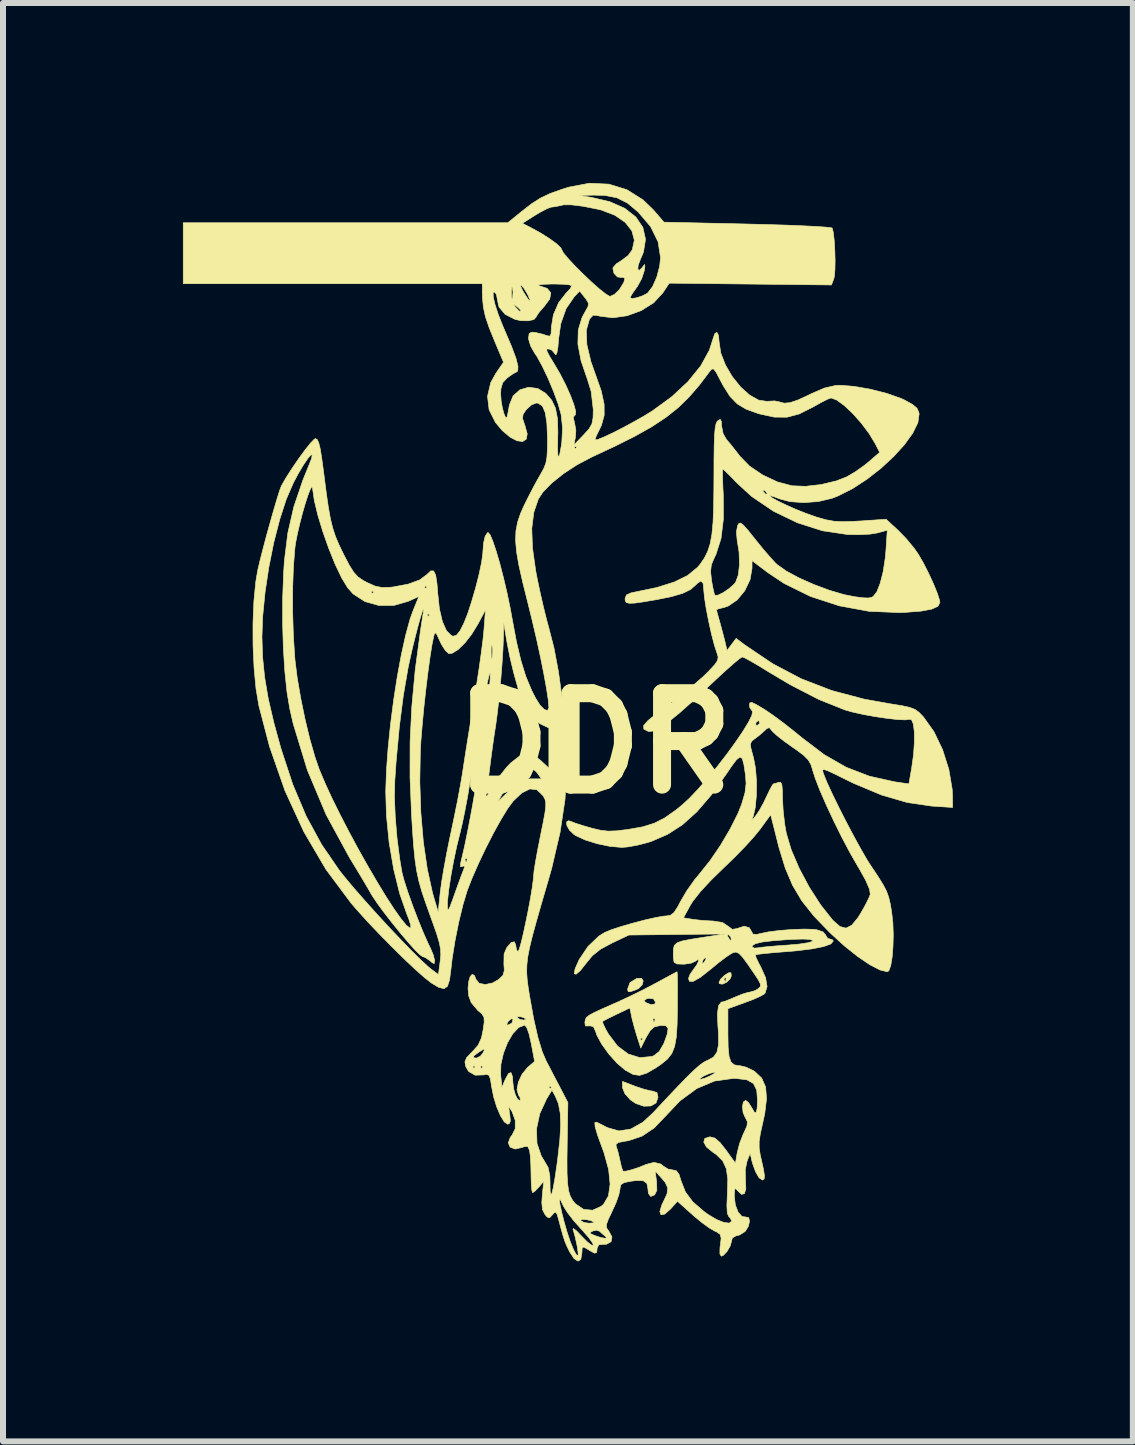
<source format=kicad_pcb>
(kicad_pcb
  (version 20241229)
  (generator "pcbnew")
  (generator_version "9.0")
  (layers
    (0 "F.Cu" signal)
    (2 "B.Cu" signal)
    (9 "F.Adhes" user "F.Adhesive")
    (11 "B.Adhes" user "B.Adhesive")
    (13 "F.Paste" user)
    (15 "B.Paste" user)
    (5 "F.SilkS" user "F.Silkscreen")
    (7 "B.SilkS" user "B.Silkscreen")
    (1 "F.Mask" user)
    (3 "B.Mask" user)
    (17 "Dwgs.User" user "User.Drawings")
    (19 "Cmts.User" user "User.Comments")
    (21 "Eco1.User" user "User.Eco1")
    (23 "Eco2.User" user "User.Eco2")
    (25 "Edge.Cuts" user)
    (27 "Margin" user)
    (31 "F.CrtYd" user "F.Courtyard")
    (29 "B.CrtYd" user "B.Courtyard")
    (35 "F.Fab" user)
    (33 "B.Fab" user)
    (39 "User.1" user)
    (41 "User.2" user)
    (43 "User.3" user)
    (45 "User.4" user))
  (footprint "DDR"
    (layer "F.Cu")
    (at 6.863 9.342)
    (property "Reference" "DDR" (at 0 0 0) (layer "F.SilkS") (effects (font (size 1.524 1.524) (thickness 0.3))))
    (attr through_hole)
    (fp_poly (pts (xy 0.811 3.963) (xy 0.793 4.029) (xy 0.732 4.09) (xy 0.696 4.107) (xy 0.6 4.141) (xy 0.56 4.141) (xy 0.551 4.105) (xy 0.551 4.096) (xy 0.591 3.989) (xy 0.704 3.92) (xy 0.709 3.919) (xy 0.783 3.919) (xy 0.811 3.963)) (stroke (width 0.01) (type solid)) (fill yes) (layer "F.SilkS"))
    (fp_poly (pts (xy 0.678 5.719) (xy 0.815 5.765) (xy 0.931 5.794) (xy 0.974 5.8) (xy 1.041 5.826) (xy 1.058 5.901) (xy 1.025 5.997) (xy 0.939 6.047) (xy 0.819 6.051) (xy 0.686 6.005) (xy 0.596 5.944) (xy 0.505 5.842) (xy 0.466 5.743) (xy 0.466 5.736) (xy 0.466 5.638) (xy 0.678 5.719)) (stroke (width 0.01) (type solid)) (fill yes) (layer "F.SilkS"))
    (fp_poly (pts (xy 2.279 3.882) (xy 2.259 3.928) (xy 2.2 3.986) (xy 2.131 4.016) (xy 2.082 4.009) (xy 2.074 3.989) (xy 2.099 3.937) (xy 2.159 3.937) (xy 2.174 3.972) (xy 2.187 3.965) (xy 2.192 3.915) (xy 2.187 3.909) (xy 2.162 3.915) (xy 2.159 3.937) (xy 2.099 3.937) (xy 2.102 3.932) (xy 2.165 3.87) (xy 2.233 3.827) (xy 2.274 3.826) (xy 2.279 3.882)) (stroke (width 0.01) (type solid)) (fill yes) (layer "F.SilkS"))
    (fp_poly (pts (xy 1.379 3.85) (xy 1.381 3.959) (xy 1.382 4.123) (xy 1.381 4.327) (xy 1.381 4.413) (xy 1.376 4.692) (xy 1.362 4.901) (xy 1.334 5.056) (xy 1.287 5.173) (xy 1.214 5.266) (xy 1.111 5.35) (xy 1.025 5.409) (xy 0.869 5.5) (xy 0.751 5.537) (xy 0.644 5.522) (xy 0.523 5.456) (xy 0.502 5.442) (xy 0.371 5.33) (xy 0.236 5.179) (xy 0.118 5.015) (xy 0.037 4.865) (xy 0.019 4.81) (xy -0.018 4.726) (xy -0.077 4.71) (xy -0.093 4.713) (xy -0.154 4.713) (xy -0.162 4.652) (xy -0.161 4.647) (xy -0.159 4.638) (xy 0.132 4.638) (xy 0.143 4.679) (xy 0.187 4.77) (xy 0.229 4.845) (xy 0.383 5.048) (xy 0.561 5.181) (xy 0.755 5.241) (xy 0.953 5.222) (xy 0.986 5.21) (xy 1.079 5.137) (xy 1.157 5.002) (xy 1.158 4.998) (xy 1.213 4.845) (xy 1.225 4.754) (xy 1.191 4.711) (xy 1.107 4.705) (xy 1.09 4.707) (xy 0.996 4.729) (xy 0.927 4.79) (xy 0.861 4.901) (xy 0.77 5.082) (xy 0.722 4.932) (xy 0.762 4.932) (xy 0.783 4.953) (xy 0.804 4.932) (xy 0.783 4.911) (xy 0.762 4.932) (xy 0.722 4.932) (xy 0.705 4.88) (xy 0.661 4.73) (xy 0.631 4.614) (xy 0.974 4.614) (xy 0.989 4.649) (xy 1.002 4.643) (xy 1.007 4.592) (xy 1.002 4.586) (xy 0.977 4.592) (xy 0.974 4.614) (xy 0.631 4.614) (xy 0.624 4.589) (xy 0.615 4.545) (xy 0.588 4.413) (xy 0.368 4.518) (xy 0.247 4.577) (xy 0.16 4.622) (xy 0.132 4.638) (xy -0.159 4.638) (xy -0.153 4.604) (xy -0.133 4.569) (xy -0.089 4.534) (xy -0.008 4.49) (xy 0.124 4.429) (xy 0.318 4.343) (xy 0.339 4.335) (xy 0.437 4.29) (xy 0.823 4.29) (xy 0.854 4.323) (xy 0.939 4.357) (xy 1.002 4.348) (xy 1.016 4.32) (xy 0.983 4.262) (xy 0.902 4.251) (xy 0.868 4.26) (xy 0.823 4.29) (xy 0.437 4.29) (xy 0.555 4.235) (xy 0.793 4.119) (xy 1.007 4.007) (xy 1.032 3.994) (xy 1.18 3.913) (xy 1.297 3.85) (xy 1.365 3.814) (xy 1.375 3.81) (xy 1.379 3.85)) (stroke (width 0.01) (type solid)) (fill yes) (layer "F.SilkS"))
    (fp_poly (pts (xy 0.238 -9.322) (xy 0.539 -9.229) (xy 0.809 -9.059) (xy 0.981 -8.892) (xy 1.156 -8.688) (xy 2.547 -8.657) (xy 2.882 -8.648) (xy 3.189 -8.639) (xy 3.459 -8.628) (xy 3.68 -8.617) (xy 3.844 -8.606) (xy 3.94 -8.596) (xy 3.961 -8.589) (xy 3.98 -8.517) (xy 3.995 -8.386) (xy 4.005 -8.221) (xy 4.01 -8.048) (xy 4.007 -7.892) (xy 3.997 -7.779) (xy 3.989 -7.747) (xy 3.949 -7.641) (xy 2.597 -7.656) (xy 1.245 -7.671) (xy 1.136 -7.507) (xy 0.984 -7.343) (xy 0.778 -7.214) (xy 0.543 -7.128) (xy 0.304 -7.094) (xy 0.085 -7.121) (xy 0.057 -7.13) (xy -0.024 -7.137) (xy -0.082 -7.075) (xy -0.087 -7.065) (xy -0.138 -6.885) (xy -0.129 -6.648) (xy -0.061 -6.361) (xy 0.014 -6.15) (xy 0.111 -5.875) (xy 0.159 -5.653) (xy 0.16 -5.467) (xy 0.114 -5.3) (xy 0.082 -5.234) (xy 0.032 -5.132) (xy 0.008 -5.068) (xy 0.008 -5.058) (xy 0.055 -5.065) (xy 0.158 -5.107) (xy 0.304 -5.175) (xy 0.474 -5.262) (xy 0.654 -5.359) (xy 0.828 -5.458) (xy 0.961 -5.54) (xy 1.285 -5.776) (xy 1.558 -6.03) (xy 1.77 -6.292) (xy 1.914 -6.554) (xy 1.967 -6.72) (xy 2.003 -6.827) (xy 2.039 -6.852) (xy 2.067 -6.797) (xy 2.075 -6.699) (xy 2.104 -6.506) (xy 2.182 -6.306) (xy 2.296 -6.112) (xy 2.434 -5.941) (xy 2.585 -5.805) (xy 2.737 -5.72) (xy 2.877 -5.7) (xy 2.889 -5.702) (xy 3.003 -5.708) (xy 3.079 -5.692) (xy 3.162 -5.67) (xy 3.259 -5.679) (xy 3.388 -5.722) (xy 3.567 -5.805) (xy 3.607 -5.825) (xy 3.831 -5.922) (xy 4.017 -5.965) (xy 4.086 -5.969) (xy 4.322 -5.951) (xy 4.594 -5.904) (xy 4.866 -5.835) (xy 5.101 -5.753) (xy 5.165 -5.724) (xy 5.301 -5.649) (xy 5.376 -5.585) (xy 5.407 -5.514) (xy 5.411 -5.491) (xy 5.39 -5.345) (xy 5.305 -5.171) (xy 5.166 -4.978) (xy 4.985 -4.779) (xy 4.773 -4.583) (xy 4.541 -4.402) (xy 4.299 -4.244) (xy 4.058 -4.123) (xy 3.958 -4.084) (xy 3.733 -4.031) (xy 3.488 -4.012) (xy 3.255 -4.029) (xy 3.08 -4.076) (xy 2.981 -4.115) (xy 2.926 -4.128) (xy 2.921 -4.126) (xy 2.958 -4.093) (xy 3.055 -4.039) (xy 3.194 -3.972) (xy 3.357 -3.9) (xy 3.525 -3.833) (xy 3.68 -3.778) (xy 3.704 -3.77) (xy 3.858 -3.726) (xy 3.992 -3.702) (xy 4.137 -3.694) (xy 4.322 -3.7) (xy 4.43 -3.706) (xy 4.86 -3.735) (xy 5.061 -3.55) (xy 5.197 -3.41) (xy 5.33 -3.249) (xy 5.396 -3.154) (xy 5.481 -3.008) (xy 5.568 -2.836) (xy 5.649 -2.661) (xy 5.713 -2.504) (xy 5.751 -2.386) (xy 5.757 -2.346) (xy 5.724 -2.283) (xy 5.62 -2.236) (xy 5.442 -2.203) (xy 5.186 -2.183) (xy 5.08 -2.179) (xy 4.577 -2.2) (xy 4.078 -2.292) (xy 3.6 -2.448) (xy 3.161 -2.664) (xy 2.889 -2.845) (xy 2.625 -3.045) (xy 2.625 -2.918) (xy 2.592 -2.727) (xy 2.504 -2.543) (xy 2.377 -2.389) (xy 2.227 -2.287) (xy 2.161 -2.265) (xy 2.071 -2.243) (xy 2.032 -2.227) (xy 2.032 -2.227) (xy 2.042 -2.184) (xy 2.069 -2.085) (xy 2.091 -2.008) (xy 2.132 -1.857) (xy 2.168 -1.719) (xy 2.179 -1.673) (xy 2.208 -1.547) (xy 2.284 -1.648) (xy 2.36 -1.748) (xy 2.503 -1.641) (xy 2.968 -1.327) (xy 3.444 -1.076) (xy 3.948 -0.881) (xy 4.498 -0.735) (xy 4.936 -0.657) (xy 5.127 -0.626) (xy 5.255 -0.598) (xy 5.343 -0.564) (xy 5.411 -0.514) (xy 5.481 -0.441) (xy 5.486 -0.435) (xy 5.659 -0.192) (xy 5.802 0.107) (xy 5.906 0.435) (xy 5.962 0.765) (xy 5.968 0.906) (xy 5.969 1.07) (xy 5.62 1.047) (xy 5.215 0.988) (xy 4.783 0.862) (xy 4.315 0.666) (xy 4.186 0.603) (xy 4.007 0.514) (xy 3.891 0.46) (xy 3.827 0.438) (xy 3.803 0.445) (xy 3.807 0.478) (xy 3.817 0.509) (xy 3.873 0.649) (xy 3.962 0.842) (xy 4.074 1.072) (xy 4.199 1.317) (xy 4.327 1.559) (xy 4.448 1.779) (xy 4.552 1.958) (xy 4.604 2.038) (xy 4.728 2.224) (xy 4.813 2.361) (xy 4.869 2.47) (xy 4.905 2.572) (xy 4.932 2.688) (xy 4.953 2.815) (xy 4.973 2.994) (xy 4.98 3.191) (xy 4.975 3.387) (xy 4.961 3.564) (xy 4.938 3.705) (xy 4.907 3.791) (xy 4.882 3.81) (xy 4.757 3.779) (xy 4.587 3.691) (xy 4.385 3.554) (xy 4.162 3.376) (xy 3.93 3.164) (xy 3.913 3.147) (xy 3.654 2.878) (xy 3.455 2.627) (xy 3.301 2.369) (xy 3.179 2.081) (xy 3.074 1.738) (xy 3.052 1.651) (xy 2.936 1.191) (xy 2.758 1.435) (xy 2.658 1.558) (xy 2.514 1.717) (xy 2.343 1.893) (xy 2.165 2.065) (xy 2.147 2.082) (xy 1.939 2.285) (xy 1.767 2.471) (xy 1.643 2.627) (xy 1.598 2.697) (xy 1.482 2.91) (xy 1.641 2.936) (xy 1.795 2.954) (xy 1.959 2.963) (xy 1.973 2.963) (xy 2.133 2.988) (xy 2.221 3.047) (xy 2.297 3.103) (xy 2.373 3.089) (xy 2.494 3.05) (xy 2.58 3.075) (xy 2.611 3.129) (xy 2.641 3.182) (xy 2.704 3.187) (xy 2.756 3.174) (xy 2.897 3.145) (xy 3.085 3.121) (xy 3.293 3.105) (xy 3.49 3.098) (xy 3.648 3.102) (xy 3.701 3.108) (xy 3.808 3.144) (xy 3.852 3.195) (xy 3.852 3.198) (xy 3.886 3.253) (xy 3.916 3.26) (xy 3.972 3.28) (xy 3.979 3.298) (xy 3.938 3.346) (xy 3.817 3.39) (xy 3.62 3.429) (xy 3.354 3.461) (xy 3.201 3.474) (xy 3.004 3.489) (xy 2.841 3.505) (xy 2.727 3.518) (xy 2.682 3.527) (xy 2.691 3.57) (xy 2.734 3.661) (xy 2.771 3.73) (xy 2.851 3.908) (xy 2.876 4.057) (xy 2.843 4.164) (xy 2.823 4.184) (xy 2.757 4.221) (xy 2.637 4.274) (xy 2.495 4.327) (xy 2.223 4.425) (xy 2.223 4.848) (xy 2.227 5.07) (xy 2.242 5.221) (xy 2.274 5.314) (xy 2.328 5.361) (xy 2.408 5.376) (xy 2.425 5.376) (xy 2.526 5.4) (xy 2.647 5.457) (xy 2.671 5.473) (xy 2.786 5.582) (xy 2.851 5.729) (xy 2.867 5.923) (xy 2.837 6.175) (xy 2.805 6.322) (xy 2.764 6.506) (xy 2.744 6.638) (xy 2.744 6.748) (xy 2.762 6.864) (xy 2.777 6.929) (xy 2.816 7.103) (xy 2.832 7.209) (xy 2.827 7.264) (xy 2.802 7.281) (xy 2.795 7.281) (xy 2.742 7.244) (xy 2.685 7.146) (xy 2.636 7.012) (xy 2.623 6.964) (xy 2.594 6.837) (xy 2.543 6.964) (xy 2.512 7.11) (xy 2.516 7.288) (xy 2.516 7.289) (xy 2.522 7.431) (xy 2.498 7.51) (xy 2.449 7.52) (xy 2.39 7.465) (xy 2.353 7.424) (xy 2.335 7.44) (xy 2.33 7.527) (xy 2.33 7.558) (xy 2.347 7.698) (xy 2.393 7.816) (xy 2.457 7.889) (xy 2.523 7.899) (xy 2.57 7.909) (xy 2.583 7.969) (xy 2.565 8.051) (xy 2.518 8.129) (xy 2.505 8.143) (xy 2.417 8.198) (xy 2.357 8.213) (xy 2.297 8.247) (xy 2.286 8.288) (xy 2.263 8.377) (xy 2.209 8.472) (xy 2.145 8.539) (xy 2.112 8.551) (xy 2.089 8.513) (xy 2.091 8.408) (xy 2.097 8.368) (xy 2.11 8.251) (xy 2.094 8.188) (xy 2.039 8.149) (xy 2.003 8.133) (xy 1.913 8.081) (xy 1.786 7.989) (xy 1.649 7.875) (xy 1.632 7.86) (xy 1.382 7.636) (xy 1.265 7.766) (xy 1.169 7.85) (xy 1.107 7.861) (xy 1.088 7.808) (xy 1.12 7.699) (xy 1.144 7.65) (xy 1.208 7.512) (xy 1.22 7.413) (xy 1.178 7.322) (xy 1.119 7.252) (xy 1.01 7.133) (xy 1.034 7.308) (xy 1.038 7.453) (xy 1.001 7.53) (xy 0.935 7.556) (xy 0.897 7.504) (xy 0.889 7.425) (xy 0.872 7.337) (xy 0.812 7.294) (xy 0.695 7.29) (xy 0.611 7.301) (xy 0.494 7.324) (xy 0.439 7.359) (xy 0.424 7.421) (xy 0.423 7.434) (xy 0.405 7.526) (xy 0.357 7.662) (xy 0.295 7.798) (xy 0.229 7.937) (xy 0.198 8.023) (xy 0.2 8.078) (xy 0.229 8.124) (xy 0.236 8.131) (xy 0.29 8.23) (xy 0.275 8.31) (xy 0.2 8.352) (xy 0.157 8.353) (xy 0.071 8.362) (xy 0.043 8.414) (xy 0.042 8.427) (xy 0.035 8.492) (xy -0.000251 8.501) (xy -0.081 8.458) (xy -0.107 8.441) (xy -0.18 8.398) (xy -0.207 8.414) (xy -0.212 8.5) (xy -0.212 8.504) (xy -0.23 8.606) (xy -0.277 8.634) (xy -0.343 8.59) (xy -0.417 8.477) (xy -0.463 8.382) (xy -0.498 8.298) (xy -0.53 8.198) (xy -0.569 8.056) (xy -0.593 7.965) (xy -0.624 7.855) (xy -0.65 7.816) (xy -0.682 7.835) (xy -0.701 7.859) (xy -0.75 7.912) (xy -0.789 7.9) (xy -0.829 7.853) (xy -0.869 7.772) (xy -0.88 7.655) (xy -0.876 7.604) (xy -0.587 7.604) (xy -0.58 7.674) (xy -0.547 7.824) (xy -0.51 7.971) (xy -0.459 8.149) (xy -0.404 8.313) (xy -0.35 8.444) (xy -0.305 8.527) (xy -0.276 8.545) (xy -0.274 8.498) (xy -0.288 8.399) (xy -0.295 8.361) (xy -0.324 8.229) (xy -0.354 8.122) (xy -0.36 8.107) (xy -0.352 8.09) (xy -0.3 8.13) (xy -0.221 8.213) (xy -0.127 8.308) (xy -0.053 8.366) (xy -0.02 8.373) (xy -0.033 8.332) (xy -0.094 8.246) (xy -0.173 8.155) (xy -0.076 8.155) (xy -0.06 8.179) (xy 0 8.206) (xy 0.099 8.239) (xy 0.173 8.253) (xy 0.203 8.245) (xy 0.175 8.217) (xy 0.107 8.159) (xy 0.09 8.139) (xy 0.034 8.118) (xy -0.021 8.129) (xy -0.076 8.155) (xy -0.173 8.155) (xy -0.191 8.133) (xy -0.226 8.096) (xy -0.349 7.958) (xy -0.352 7.954) (xy -0.235 7.954) (xy -0.234 7.957) (xy -0.175 7.99) (xy -0.096 8.001) (xy -0.021 7.996) (xy -0.004 7.986) (xy -0.062 7.958) (xy -0.142 7.941) (xy -0.211 7.938) (xy -0.235 7.954) (xy -0.352 7.954) (xy -0.454 7.822) (xy -0.521 7.714) (xy -0.526 7.702) (xy -0.569 7.613) (xy -0.587 7.604) (xy -0.876 7.604) (xy -0.872 7.535) (xy -0.848 7.303) (xy -0.928 7.398) (xy -0.993 7.466) (xy -1.033 7.493) (xy -1.046 7.454) (xy -1.055 7.352) (xy -1.059 7.207) (xy -1.059 7.186) (xy -1.063 7.02) (xy -1.072 6.877) (xy -1.084 6.788) (xy -1.084 6.787) (xy -1.114 6.723) (xy -1.17 6.724) (xy -1.208 6.739) (xy -1.326 6.765) (xy -1.408 6.733) (xy -1.439 6.662) (xy -1.404 6.568) (xy -1.376 6.534) (xy -1.324 6.429) (xy -0.968 6.429) (xy -0.96 6.671) (xy -0.888 6.883) (xy -0.843 6.955) (xy -0.774 7.074) (xy -0.746 7.212) (xy -0.743 7.313) (xy -0.741 7.46) (xy -0.731 7.524) (xy -0.713 7.508) (xy -0.689 7.412) (xy -0.659 7.24) (xy -0.623 6.992) (xy -0.617 6.946) (xy -0.58 6.621) (xy -0.565 6.365) (xy -0.573 6.165) (xy -0.603 6.008) (xy -0.654 5.886) (xy -0.711 5.783) (xy -0.8 5.929) (xy -0.914 6.176) (xy -0.968 6.429) (xy -1.324 6.429) (xy -1.323 6.427) (xy -1.323 6.285) (xy -1.377 6.139) (xy -1.378 6.138) (xy -1.418 6.075) (xy -1.43 6.075) (xy -1.421 6.149) (xy -1.414 6.191) (xy -1.404 6.298) (xy -1.423 6.344) (xy -1.451 6.35) (xy -1.506 6.312) (xy -1.569 6.21) (xy -1.631 6.065) (xy -1.683 5.896) (xy -1.717 5.724) (xy -1.737 5.597) (xy -1.762 5.535) (xy -1.793 5.524) (xy -1.566 5.524) (xy -1.545 5.736) (xy -1.487 5.599) (xy -1.434 5.504) (xy -1.393 5.491) (xy -1.368 5.56) (xy -1.363 5.646) (xy -1.351 5.757) (xy -1.32 5.862) (xy -1.282 5.937) (xy -1.245 5.957) (xy -1.239 5.952) (xy -1.243 5.905) (xy -1.268 5.866) (xy -1.294 5.775) (xy -1.286 5.736) (xy -0.762 5.736) (xy -0.741 5.757) (xy -0.72 5.736) (xy -0.741 5.715) (xy -0.762 5.736) (xy -1.286 5.736) (xy -1.271 5.65) (xy -1.209 5.517) (xy -1.117 5.404) (xy -1.108 5.397) (xy -1 5.304) (xy -1.057 5.001) (xy -1.094 4.841) (xy -1.133 4.735) (xy -1.166 4.699) (xy -1.265 4.738) (xy -1.363 4.842) (xy -1.451 4.992) (xy -1.52 5.169) (xy -1.562 5.355) (xy -1.566 5.524) (xy -1.793 5.524) (xy -1.803 5.521) (xy -1.844 5.529) (xy -1.992 5.534) (xy -2.102 5.47) (xy -2.143 5.397) (xy -2.032 5.397) (xy -2.011 5.419) (xy -1.99 5.397) (xy -1.905 5.397) (xy -1.884 5.419) (xy -1.863 5.397) (xy -1.884 5.376) (xy -1.905 5.397) (xy -1.99 5.397) (xy -2.011 5.376) (xy -2.032 5.397) (xy -2.143 5.397) (xy -2.148 5.389) (xy -2.162 5.311) (xy -2.134 5.243) (xy -2.132 5.24) (xy -2.025 5.24) (xy -1.972 5.249) (xy -1.97 5.249) (xy -1.903 5.216) (xy -1.861 5.162) (xy -1.833 5.104) (xy -1.85 5.1) (xy -1.923 5.145) (xy -2.01 5.208) (xy -2.025 5.24) (xy -2.132 5.24) (xy -2.052 5.156) (xy -2.04 5.145) (xy -1.943 5.036) (xy -1.886 4.913) (xy -1.859 4.782) (xy -1.846 4.688) (xy -1.466 4.688) (xy -1.447 4.699) (xy -1.385 4.668) (xy -1.374 4.654) (xy -1.358 4.599) (xy -1.391 4.594) (xy -1.438 4.634) (xy -1.466 4.688) (xy -1.846 4.688) (xy -1.84 4.648) (xy -1.844 4.576) (xy -1.289 4.576) (xy -1.242 4.605) (xy -1.179 4.615) (xy -1.143 4.6) (xy -1.143 4.598) (xy -1.178 4.576) (xy -1.228 4.56) (xy -1.285 4.557) (xy -1.289 4.576) (xy -1.844 4.576) (xy -1.845 4.567) (xy -1.88 4.51) (xy -1.947 4.454) (xy -2.057 4.323) (xy -2.099 4.211) (xy -2.11 4.084) (xy -2.099 3.973) (xy -2.074 3.89) (xy -2.04 3.852) (xy -2.003 3.871) (xy -1.977 3.937) (xy -1.923 4.002) (xy -1.822 4.022) (xy -1.7 3.996) (xy -1.597 3.937) (xy -1.527 3.867) (xy -1.513 3.816) (xy -1.132 3.816) (xy -1.124 3.937) (xy -1.107 4.069) (xy -1.085 4.208) (xy -1.015 4.596) (xy -0.945 4.905) (xy -0.873 5.142) (xy -0.809 5.292) (xy -0.749 5.406) (xy -0.669 5.561) (xy -0.588 5.715) (xy -0.445 5.99) (xy -0.456 6.646) (xy -0.46 6.945) (xy -0.459 7.172) (xy -0.45 7.34) (xy -0.433 7.463) (xy -0.404 7.553) (xy -0.364 7.624) (xy -0.319 7.678) (xy -0.183 7.771) (xy -0.034 7.785) (xy 0.11 7.72) (xy 0.15 7.685) (xy 0.231 7.546) (xy 0.259 7.35) (xy 0.234 7.106) (xy 0.156 6.823) (xy 0.127 6.745) (xy 0.107 6.69) (xy 0.356 6.69) (xy 0.363 6.726) (xy 0.39 6.812) (xy 0.419 6.934) (xy 0.423 6.955) (xy 0.448 7.063) (xy 0.47 7.128) (xy 0.474 7.134) (xy 0.522 7.134) (xy 0.62 7.11) (xy 0.739 7.071) (xy 0.848 7.026) (xy 0.857 7.022) (xy 0.992 6.987) (xy 1.107 7.016) (xy 1.143 7.048) (xy 1.225 7.099) (xy 1.296 7.112) (xy 1.363 7.127) (xy 1.407 7.185) (xy 1.442 7.296) (xy 1.514 7.48) (xy 1.637 7.645) (xy 1.826 7.808) (xy 1.894 7.857) (xy 2.033 7.94) (xy 2.156 7.989) (xy 2.246 8) (xy 2.285 7.968) (xy 2.286 7.961) (xy 2.255 7.905) (xy 2.238 7.892) (xy 2.213 7.836) (xy 2.206 7.709) (xy 2.214 7.51) (xy 2.221 7.27) (xy 2.197 7.094) (xy 2.136 6.962) (xy 2.031 6.858) (xy 1.967 6.814) (xy 1.864 6.73) (xy 1.82 6.649) (xy 1.838 6.588) (xy 1.92 6.562) (xy 1.926 6.562) (xy 2.006 6.583) (xy 2.092 6.657) (xy 2.19 6.781) (xy 2.348 7.001) (xy 2.378 6.828) (xy 2.418 6.671) (xy 2.48 6.512) (xy 2.491 6.491) (xy 2.54 6.382) (xy 2.549 6.313) (xy 2.519 6.251) (xy 2.513 6.243) (xy 2.476 6.158) (xy 2.465 6.06) (xy 2.48 5.981) (xy 2.519 5.953) (xy 2.566 5.99) (xy 2.618 6.072) (xy 2.664 6.151) (xy 2.693 6.158) (xy 2.71 6.089) (xy 2.716 5.952) (xy 2.703 5.782) (xy 2.648 5.672) (xy 2.539 5.611) (xy 2.363 5.589) (xy 2.311 5.588) (xy 2.001 5.631) (xy 1.704 5.756) (xy 1.421 5.964) (xy 1.193 6.206) (xy 0.994 6.414) (xy 0.791 6.55) (xy 0.568 6.625) (xy 0.5 6.636) (xy 0.394 6.657) (xy 0.356 6.69) (xy 0.107 6.69) (xy 0.05 6.534) (xy 0.009 6.395) (xy 0.004 6.324) (xy 0.032 6.316) (xy 0.087 6.343) (xy 0.185 6.393) (xy 0.219 6.41) (xy 0.408 6.463) (xy 0.605 6.431) (xy 0.807 6.317) (xy 0.973 6.163) (xy 1.211 5.908) (xy 1.4 5.709) (xy 1.513 5.592) (xy 1.754 5.592) (xy 1.769 5.603) (xy 1.832 5.586) (xy 1.915 5.551) (xy 1.989 5.509) (xy 2.01 5.494) (xy 2.004 5.483) (xy 1.937 5.499) (xy 1.915 5.506) (xy 1.815 5.549) (xy 1.756 5.59) (xy 1.754 5.592) (xy 1.513 5.592) (xy 1.547 5.558) (xy 1.66 5.448) (xy 1.746 5.372) (xy 1.813 5.322) (xy 1.869 5.292) (xy 1.889 5.284) (xy 1.982 5.233) (xy 2.04 5.151) (xy 2.067 5.025) (xy 2.066 4.839) (xy 2.056 4.707) (xy 2.048 4.507) (xy 2.067 4.375) (xy 2.112 4.315) (xy 2.131 4.313) (xy 2.182 4.298) (xy 2.281 4.258) (xy 2.338 4.233) (xy 2.461 4.183) (xy 2.559 4.153) (xy 2.585 4.15) (xy 2.672 4.125) (xy 2.724 4.095) (xy 2.763 4.058) (xy 2.765 4.013) (xy 2.726 3.938) (xy 2.669 3.852) (xy 2.55 3.678) (xy 2.467 3.565) (xy 2.407 3.503) (xy 2.359 3.481) (xy 2.312 3.49) (xy 2.278 3.507) (xy 2.196 3.561) (xy 2.076 3.651) (xy 1.943 3.761) (xy 1.932 3.77) (xy 1.764 3.902) (xy 1.647 3.969) (xy 1.582 3.969) (xy 1.566 3.922) (xy 1.592 3.851) (xy 1.651 3.768) (xy 1.706 3.691) (xy 1.712 3.678) (xy 1.789 3.678) (xy 1.82 3.657) (xy 1.826 3.652) (xy 1.859 3.596) (xy 1.854 3.576) (xy 1.823 3.589) (xy 1.802 3.628) (xy 1.789 3.678) (xy 1.712 3.678) (xy 1.734 3.63) (xy 1.73 3.602) (xy 1.689 3.628) (xy 1.685 3.632) (xy 1.611 3.666) (xy 1.496 3.683) (xy 1.473 3.683) (xy 1.371 3.679) (xy 1.325 3.649) (xy 1.313 3.571) (xy 1.312 3.512) (xy 1.315 3.427) (xy 1.324 3.392) (xy 2.625 3.392) (xy 2.659 3.415) (xy 2.72 3.411) (xy 2.803 3.399) (xy 2.946 3.385) (xy 3.125 3.371) (xy 3.228 3.364) (xy 3.418 3.347) (xy 3.557 3.326) (xy 3.632 3.303) (xy 3.641 3.292) (xy 3.6 3.271) (xy 3.478 3.264) (xy 3.274 3.27) (xy 3.228 3.273) (xy 2.972 3.292) (xy 2.793 3.314) (xy 2.682 3.341) (xy 2.631 3.374) (xy 2.625 3.392) (xy 1.324 3.392) (xy 1.331 3.368) (xy 1.375 3.327) (xy 1.462 3.296) (xy 1.604 3.268) (xy 1.812 3.235) (xy 2.18 3.179) (xy 1.376 3.188) (xy 0.572 3.197) (xy 0.287 3.332) (xy 0.098 3.434) (xy -0.037 3.542) (xy -0.134 3.659) (xy -0.238 3.791) (xy -0.309 3.851) (xy -0.339 3.84) (xy -0.325 3.76) (xy -0.261 3.615) (xy -0.257 3.607) (xy -0.11 3.388) (xy 0.07 3.216) (xy 0.129 3.179) (xy 2.213 3.179) (xy 2.222 3.222) (xy 2.225 3.23) (xy 2.259 3.282) (xy 2.278 3.282) (xy 2.273 3.237) (xy 2.249 3.206) (xy 2.213 3.179) (xy 0.129 3.179) (xy 0.17 3.154) (xy 0.279 3.109) (xy 0.443 3.055) (xy 0.637 2.999) (xy 0.835 2.947) (xy 1.015 2.906) (xy 1.151 2.882) (xy 1.195 2.879) (xy 1.265 2.868) (xy 1.323 2.823) (xy 1.386 2.727) (xy 1.435 2.634) (xy 1.535 2.463) (xy 1.663 2.282) (xy 1.751 2.175) (xy 1.923 1.96) (xy 2.099 1.702) (xy 2.26 1.429) (xy 2.391 1.169) (xy 2.453 1.013) (xy 2.508 0.825) (xy 2.526 0.671) (xy 2.516 0.531) (xy 2.49 0.357) (xy 2.463 0.256) (xy 2.425 0.229) (xy 2.367 0.273) (xy 2.279 0.39) (xy 2.195 0.515) (xy 1.944 0.865) (xy 1.705 1.143) (xy 1.466 1.358) (xy 1.217 1.519) (xy 0.946 1.636) (xy 0.885 1.655) (xy 0.715 1.699) (xy 0.545 1.729) (xy 0.45 1.736) (xy 0.258 1.719) (xy 0.045 1.675) (xy -0.157 1.612) (xy -0.315 1.539) (xy -0.344 1.52) (xy -0.418 1.449) (xy -0.461 1.373) (xy -0.468 1.313) (xy -0.435 1.291) (xy -0.392 1.304) (xy -0.313 1.335) (xy -0.183 1.376) (xy -0.053 1.414) (xy 0.098 1.45) (xy 0.227 1.465) (xy 0.369 1.46) (xy 0.56 1.436) (xy 0.561 1.436) (xy 0.803 1.393) (xy 0.996 1.333) (xy 1.172 1.243) (xy 1.361 1.109) (xy 1.452 1.035) (xy 1.581 0.917) (xy 1.729 0.761) (xy 1.887 0.58) (xy 2.049 0.383) (xy 2.205 0.181) (xy 2.332 0.007) (xy 2.599 0.007) (xy 2.605 0.076) (xy 2.637 0.197) (xy 2.648 0.235) (xy 2.683 0.416) (xy 2.7 0.637) (xy 2.698 0.866) (xy 2.679 1.072) (xy 2.648 1.206) (xy 2.618 1.291) (xy 2.689 1.206) (xy 2.747 1.12) (xy 2.818 0.991) (xy 2.862 0.9) (xy 2.919 0.78) (xy 2.963 0.699) (xy 2.981 0.677) (xy 3.031 0.664) (xy 3.066 0.652) (xy 3.101 0.65) (xy 3.122 0.688) (xy 3.131 0.782) (xy 3.133 0.916) (xy 3.144 1.122) (xy 3.17 1.35) (xy 3.196 1.499) (xy 3.279 1.777) (xy 3.412 2.086) (xy 3.58 2.401) (xy 3.77 2.696) (xy 3.968 2.946) (xy 3.978 2.956) (xy 4.091 3.055) (xy 4.191 3.082) (xy 4.287 3.034) (xy 4.391 2.908) (xy 4.436 2.836) (xy 4.513 2.7) (xy 4.572 2.582) (xy 4.597 2.518) (xy 4.584 2.433) (xy 4.52 2.285) (xy 4.406 2.08) (xy 4.385 2.046) (xy 4.257 1.822) (xy 4.122 1.567) (xy 3.989 1.298) (xy 3.865 1.033) (xy 3.759 0.791) (xy 3.68 0.588) (xy 3.639 0.46) (xy 3.608 0.357) (xy 3.562 0.277) (xy 3.485 0.2) (xy 3.36 0.106) (xy 3.294 0.061) (xy 3.152 -0.041) (xy 3.035 -0.133) (xy 2.963 -0.2) (xy 2.953 -0.213) (xy 2.913 -0.261) (xy 2.871 -0.245) (xy 2.838 -0.213) (xy 2.747 -0.133) (xy 2.672 -0.076) (xy 2.621 -0.036) (xy 2.599 0.007) (xy 2.332 0.007) (xy 2.348 -0.016) (xy 2.471 -0.196) (xy 2.558 -0.339) (xy 2.688 -0.339) (xy 2.692 -0.3) (xy 2.707 -0.296) (xy 2.75 -0.327) (xy 2.752 -0.339) (xy 2.737 -0.38) (xy 2.733 -0.381) (xy 2.697 -0.351) (xy 2.688 -0.339) (xy 2.558 -0.339) (xy 2.565 -0.349) (xy 2.622 -0.464) (xy 2.634 -0.532) (xy 2.624 -0.543) (xy 2.589 -0.592) (xy 2.582 -0.639) (xy 2.59 -0.676) (xy 2.624 -0.68) (xy 2.697 -0.645) (xy 2.826 -0.568) (xy 2.836 -0.562) (xy 2.978 -0.465) (xy 3.156 -0.333) (xy 3.344 -0.185) (xy 3.455 -0.094) (xy 3.827 0.189) (xy 4.195 0.4) (xy 4.579 0.548) (xy 4.999 0.642) (xy 5.065 0.652) (xy 5.241 0.677) (xy 5.287 0.409) (xy 5.318 0.187) (xy 5.332 -0.017) (xy 5.331 -0.192) (xy 5.314 -0.322) (xy 5.283 -0.394) (xy 5.244 -0.399) (xy 5.177 -0.39) (xy 5.048 -0.396) (xy 4.876 -0.415) (xy 4.682 -0.444) (xy 4.486 -0.479) (xy 4.309 -0.518) (xy 4.174 -0.556) (xy 3.737 -0.731) (xy 3.26 -0.977) (xy 2.912 -1.184) (xy 2.746 -1.286) (xy 2.604 -1.369) (xy 2.504 -1.423) (xy 2.462 -1.439) (xy 2.418 -1.412) (xy 2.324 -1.335) (xy 2.193 -1.219) (xy 2.035 -1.074) (xy 1.932 -0.977) (xy 1.65 -0.714) (xy 1.42 -0.509) (xy 1.236 -0.359) (xy 1.093 -0.259) (xy 0.986 -0.206) (xy 0.909 -0.195) (xy 0.898 -0.197) (xy 0.821 -0.236) (xy 0.818 -0.296) (xy 0.892 -0.38) (xy 0.984 -0.453) (xy 1.314 -0.698) (xy 1.592 -0.921) (xy 1.812 -1.113) (xy 1.901 -1.2) (xy 2.001 -1.308) (xy 2.051 -1.38) (xy 2.06 -1.44) (xy 2.039 -1.51) (xy 2.038 -1.511) (xy 1.997 -1.637) (xy 1.95 -1.817) (xy 1.904 -2.024) (xy 1.863 -2.233) (xy 1.834 -2.415) (xy 1.821 -2.544) (xy 1.821 -2.551) (xy 1.809 -2.668) (xy 1.771 -2.705) (xy 1.709 -2.663) (xy 1.691 -2.643) (xy 1.601 -2.564) (xy 1.466 -2.499) (xy 1.274 -2.443) (xy 1.034 -2.395) (xy 0.816 -2.358) (xy 0.669 -2.337) (xy 0.577 -2.334) (xy 0.529 -2.347) (xy 0.511 -2.378) (xy 0.508 -2.411) (xy 0.531 -2.473) (xy 0.612 -2.509) (xy 0.667 -2.52) (xy 1.035 -2.596) (xy 1.328 -2.688) (xy 1.552 -2.798) (xy 1.633 -2.865) (xy 1.934 -2.865) (xy 1.95 -2.713) (xy 1.974 -2.584) (xy 1.995 -2.494) (xy 2.005 -2.468) (xy 2.057 -2.469) (xy 2.145 -2.512) (xy 2.243 -2.579) (xy 2.327 -2.654) (xy 2.353 -2.688) (xy 2.397 -2.809) (xy 2.416 -2.984) (xy 2.409 -3.187) (xy 2.377 -3.387) (xy 2.365 -3.524) (xy 2.384 -3.628) (xy 2.406 -3.666) (xy 2.435 -3.672) (xy 2.482 -3.636) (xy 2.558 -3.551) (xy 2.673 -3.407) (xy 2.681 -3.397) (xy 2.804 -3.245) (xy 2.922 -3.108) (xy 3.014 -3.007) (xy 3.045 -2.978) (xy 3.198 -2.87) (xy 3.41 -2.756) (xy 3.658 -2.646) (xy 3.916 -2.55) (xy 4.161 -2.478) (xy 4.339 -2.443) (xy 4.481 -2.425) (xy 4.565 -2.422) (xy 4.616 -2.432) (xy 4.645 -2.447) (xy 4.706 -2.525) (xy 4.763 -2.67) (xy 4.812 -2.864) (xy 4.846 -3.088) (xy 4.857 -3.205) (xy 4.88 -3.552) (xy 4.716 -3.507) (xy 4.593 -3.487) (xy 4.42 -3.478) (xy 4.233 -3.48) (xy 4.213 -3.481) (xy 3.799 -3.543) (xy 3.382 -3.676) (xy 2.982 -3.869) (xy 2.622 -4.113) (xy 2.503 -4.221) (xy 2.801 -4.221) (xy 2.811 -4.198) (xy 2.854 -4.152) (xy 2.878 -4.161) (xy 2.879 -4.167) (xy 2.849 -4.203) (xy 2.83 -4.216) (xy 2.801 -4.221) (xy 2.503 -4.221) (xy 2.385 -4.329) (xy 2.275 -4.442) (xy 2.189 -4.528) (xy 2.141 -4.57) (xy 2.137 -4.572) (xy 2.133 -4.533) (xy 2.134 -4.427) (xy 2.139 -4.271) (xy 2.146 -4.138) (xy 2.148 -3.742) (xy 2.108 -3.413) (xy 2.023 -3.147) (xy 1.993 -3.086) (xy 1.947 -2.976) (xy 1.934 -2.865) (xy 1.633 -2.865) (xy 1.715 -2.932) (xy 1.758 -2.982) (xy 1.83 -3.087) (xy 1.885 -3.197) (xy 1.927 -3.325) (xy 1.956 -3.484) (xy 1.975 -3.685) (xy 1.985 -3.941) (xy 1.989 -4.264) (xy 1.99 -4.425) (xy 1.991 -4.732) (xy 1.994 -4.965) (xy 2 -5.134) (xy 2.01 -5.25) (xy 2.024 -5.324) (xy 2.043 -5.365) (xy 2.053 -5.376) (xy 2.096 -5.4) (xy 2.114 -5.364) (xy 2.117 -5.292) (xy 2.143 -5.162) (xy 2.199 -5.065) (xy 2.273 -4.978) (xy 2.368 -4.857) (xy 2.424 -4.784) (xy 2.585 -4.62) (xy 2.803 -4.473) (xy 3.047 -4.358) (xy 3.29 -4.293) (xy 3.518 -4.284) (xy 3.779 -4.314) (xy 4.033 -4.375) (xy 4.202 -4.441) (xy 4.341 -4.522) (xy 4.494 -4.63) (xy 4.567 -4.689) (xy 4.753 -4.85) (xy 4.678 -4.997) (xy 4.576 -5.165) (xy 4.447 -5.337) (xy 4.305 -5.497) (xy 4.164 -5.63) (xy 4.039 -5.722) (xy 3.944 -5.757) (xy 3.942 -5.757) (xy 3.886 -5.737) (xy 3.781 -5.684) (xy 3.647 -5.609) (xy 3.636 -5.603) (xy 3.411 -5.49) (xy 3.207 -5.436) (xy 2.995 -5.438) (xy 2.746 -5.492) (xy 2.721 -5.5) (xy 2.526 -5.57) (xy 2.378 -5.659) (xy 2.257 -5.784) (xy 2.143 -5.964) (xy 2.088 -6.068) (xy 2.026 -6.187) (xy 1.985 -6.24) (xy 1.954 -6.239) (xy 1.92 -6.2) (xy 1.745 -5.969) (xy 1.573 -5.77) (xy 1.392 -5.594) (xy 1.189 -5.433) (xy 0.953 -5.277) (xy 0.672 -5.119) (xy 0.334 -4.95) (xy -0.047 -4.772) (xy -0.287 -4.646) (xy -0.514 -4.498) (xy -0.712 -4.34) (xy -0.862 -4.187) (xy -0.936 -4.076) (xy -1.013 -3.851) (xy -1.047 -3.582) (xy -1.036 -3.26) (xy -0.982 -2.877) (xy -0.954 -2.731) (xy -0.904 -2.496) (xy -0.851 -2.265) (xy -0.801 -2.064) (xy -0.762 -1.92) (xy -0.677 -1.59) (xy -0.603 -1.197) (xy -0.543 -0.765) (xy -0.498 -0.315) (xy -0.472 0.129) (xy -0.466 0.423) (xy -0.493 0.936) (xy -0.575 1.483) (xy -0.713 2.076) (xy -0.777 2.302) (xy -0.885 2.67) (xy -0.97 2.968) (xy -1.036 3.209) (xy -1.083 3.402) (xy -1.114 3.56) (xy -1.129 3.694) (xy -1.132 3.816) (xy -1.513 3.816) (xy -1.505 3.787) (xy -1.512 3.684) (xy -1.509 3.513) (xy -1.465 3.409) (xy -1.392 3.323) (xy -1.338 3.309) (xy -1.313 3.367) (xy -1.312 3.387) (xy -1.297 3.455) (xy -1.275 3.471) (xy -1.255 3.432) (xy -1.225 3.327) (xy -1.188 3.173) (xy -1.148 2.988) (xy -1.107 2.788) (xy -1.07 2.591) (xy -1.041 2.414) (xy -1.022 2.274) (xy -1.016 2.2) (xy -1.008 2.12) (xy -0.985 1.977) (xy -0.951 1.79) (xy -0.909 1.577) (xy -0.902 1.54) (xy -0.856 1.315) (xy -0.827 1.157) (xy -0.814 1.049) (xy -0.815 0.978) (xy -0.83 0.925) (xy -0.859 0.876) (xy -0.86 0.874) (xy -0.96 0.776) (xy -1.077 0.761) (xy -1.213 0.828) (xy -1.356 0.963) (xy -1.447 1.086) (xy -1.559 1.269) (xy -1.685 1.496) (xy -1.813 1.747) (xy -1.936 2.005) (xy -2.044 2.252) (xy -2.123 2.455) (xy -2.194 2.691) (xy -2.264 2.979) (xy -2.326 3.288) (xy -2.374 3.587) (xy -2.394 3.76) (xy -2.418 3.946) (xy -2.454 4.054) (xy -2.513 4.092) (xy -2.604 4.067) (xy -2.721 3.996) (xy -2.835 3.907) (xy -2.992 3.768) (xy -3.179 3.591) (xy -3.383 3.39) (xy -3.592 3.177) (xy -3.793 2.966) (xy -3.971 2.768) (xy -4.058 2.667) (xy -4.478 2.104) (xy -4.847 1.476) (xy -5.162 0.791) (xy -5.42 0.052) (xy -5.597 -0.626) (xy -5.645 -0.912) (xy -5.677 -1.254) (xy -5.694 -1.626) (xy -5.695 -1.774) (xy -5.546 -1.774) (xy -5.535 -1.436) (xy -5.501 -1.1) (xy -5.441 -0.745) (xy -5.35 -0.353) (xy -5.23 0.085) (xy -5.033 0.684) (xy -4.809 1.214) (xy -4.551 1.688) (xy -4.254 2.121) (xy -4.173 2.223) (xy -4.018 2.409) (xy -3.834 2.619) (xy -3.633 2.843) (xy -3.426 3.068) (xy -3.224 3.281) (xy -3.04 3.471) (xy -2.883 3.625) (xy -2.766 3.732) (xy -2.733 3.759) (xy -2.603 3.856) (xy -2.574 3.632) (xy -2.564 3.529) (xy -2.568 3.432) (xy -2.589 3.322) (xy -2.632 3.178) (xy -2.701 2.982) (xy -2.731 2.9) (xy -2.815 2.665) (xy -2.881 2.47) (xy -2.93 2.296) (xy -2.967 2.125) (xy -2.994 1.939) (xy -3.016 1.719) (xy -3.036 1.448) (xy -3.052 1.179) (xy -3.074 0.638) (xy -2.914 0.638) (xy -2.897 1.152) (xy -2.855 1.645) (xy -2.789 2.098) (xy -2.702 2.494) (xy -2.677 2.582) (xy -2.607 2.815) (xy -2.596 2.704) (xy -2.454 2.704) (xy -2.451 2.769) (xy -2.438 2.778) (xy -2.411 2.726) (xy -2.365 2.604) (xy -2.335 2.519) (xy -2.275 2.352) (xy -2.223 2.209) (xy -2.186 2.114) (xy -2.18 2.099) (xy -2.164 2.044) (xy -2.197 2.05) (xy -2.2 2.053) (xy -2.235 2.06) (xy -2.235 2.007) (xy -2.225 1.964) (xy -2.221 1.947) (xy -2.159 1.947) (xy -2.144 1.982) (xy -2.131 1.976) (xy -2.126 1.925) (xy -2.131 1.919) (xy -2.156 1.925) (xy -2.159 1.947) (xy -2.221 1.947) (xy -2.169 1.725) (xy -2.11 1.436) (xy -2.048 1.109) (xy -2.024 0.974) (xy -1.613 0.974) (xy -1.416 0.784) (xy -1.296 0.675) (xy -1.201 0.617) (xy -1.106 0.595) (xy -1.052 0.593) (xy -0.885 0.593) (xy -0.961 0.488) (xy -1.055 0.399) (xy -1.155 0.386) (xy -1.264 0.45) (xy -1.386 0.594) (xy -1.498 0.773) (xy -1.613 0.974) (xy -2.024 0.974) (xy -2.008 0.881) (xy -1.811 0.881) (xy -1.794 0.879) (xy -1.749 0.811) (xy -1.696 0.72) (xy -1.594 0.561) (xy -1.471 0.405) (xy -1.398 0.328) (xy -1.25 0.213) (xy -1.121 0.175) (xy -0.995 0.213) (xy -0.893 0.292) (xy -0.762 0.415) (xy -0.762 -0.255) (xy -0.914 -0.328) (xy -1.056 -0.433) (xy -1.142 -0.55) (xy -1.206 -0.702) (xy -1.276 -0.915) (xy -1.346 -1.165) (xy -1.41 -1.429) (xy -1.46 -1.682) (xy -1.462 -1.693) (xy -1.515 -2.011) (xy -1.52 -1.757) (xy -1.528 -1.559) (xy -1.544 -1.31) (xy -1.566 -1.036) (xy -1.592 -0.763) (xy -1.619 -0.518) (xy -1.645 -0.325) (xy -1.649 -0.296) (xy -1.673 -0.142) (xy -1.702 0.059) (xy -1.73 0.268) (xy -1.736 0.316) (xy -1.76 0.503) (xy -1.783 0.672) (xy -1.801 0.796) (xy -1.805 0.824) (xy -1.811 0.881) (xy -2.008 0.881) (xy -1.987 0.759) (xy -1.927 0.399) (xy -1.873 0.043) (xy -1.825 -0.294) (xy -1.785 -0.6) (xy -1.757 -0.861) (xy -1.742 -1.062) (xy -1.74 -1.164) (xy -1.748 -1.17) (xy -1.767 -1.103) (xy -1.796 -0.973) (xy -1.832 -0.792) (xy -1.874 -0.569) (xy -1.92 -0.316) (xy -1.967 -0.042) (xy -2.014 0.24) (xy -2.059 0.522) (xy -2.074 0.622) (xy -2.113 0.865) (xy -2.159 1.111) (xy -2.204 1.33) (xy -2.242 1.49) (xy -2.298 1.716) (xy -2.351 1.967) (xy -2.397 2.218) (xy -2.432 2.447) (xy -2.452 2.63) (xy -2.454 2.704) (xy -2.596 2.704) (xy -2.572 2.477) (xy -2.55 2.312) (xy -2.513 2.09) (xy -2.466 1.835) (xy -2.413 1.574) (xy -2.393 1.482) (xy -2.339 1.224) (xy -2.286 0.964) (xy -2.242 0.727) (xy -2.209 0.538) (xy -2.201 0.487) (xy -2.178 0.337) (xy -2.145 0.123) (xy -2.104 -0.135) (xy -2.058 -0.416) (xy -2.011 -0.699) (xy -1.966 -0.983) (xy -1.923 -1.264) (xy -1.887 -1.521) (xy -1.887 -1.524) (xy -1.724 -1.524) (xy -1.721 -1.432) (xy -1.712 -1.407) (xy -1.706 -1.429) (xy -1.699 -1.552) (xy -1.706 -1.619) (xy -1.716 -1.639) (xy -1.723 -1.586) (xy -1.724 -1.524) (xy -1.887 -1.524) (xy -1.86 -1.734) (xy -1.845 -1.884) (xy -1.819 -2.223) (xy -1.943 -1.99) (xy -2.049 -1.817) (xy -2.165 -1.669) (xy -2.279 -1.559) (xy -2.378 -1.499) (xy -2.433 -1.496) (xy -2.49 -1.549) (xy -2.554 -1.651) (xy -2.579 -1.703) (xy -2.627 -1.809) (xy -2.654 -1.844) (xy -2.673 -1.818) (xy -2.683 -1.778) (xy -2.713 -1.632) (xy -2.746 -1.42) (xy -2.781 -1.161) (xy -2.816 -0.874) (xy -2.848 -0.578) (xy -2.875 -0.291) (xy -2.896 -0.032) (xy -2.905 0.124) (xy -2.914 0.638) (xy -3.074 0.638) (xy -3.077 0.565) (xy -3.076 -0.025) (xy -3.047 -0.614) (xy -2.99 -1.226) (xy -2.902 -1.883) (xy -2.863 -2.138) (xy -2.794 -2.138) (xy -2.773 -2.117) (xy -2.752 -2.138) (xy -2.773 -2.159) (xy -2.794 -2.138) (xy -2.863 -2.138) (xy -2.859 -2.159) (xy -2.851 -2.229) (xy -2.86 -2.228) (xy -2.882 -2.168) (xy -2.914 -2.061) (xy -2.953 -1.919) (xy -2.996 -1.752) (xy -3.04 -1.573) (xy -3.08 -1.394) (xy -3.111 -1.249) (xy -3.189 -0.793) (xy -3.255 -0.278) (xy -3.309 0.306) (xy -3.331 0.624) (xy -3.337 0.902) (xy -3.323 1.233) (xy -3.293 1.587) (xy -3.248 1.934) (xy -3.211 2.155) (xy -3.175 2.29) (xy -3.114 2.479) (xy -3.035 2.701) (xy -2.946 2.934) (xy -2.856 3.155) (xy -2.773 3.342) (xy -2.734 3.422) (xy -2.688 3.532) (xy -2.667 3.621) (xy -2.667 3.624) (xy -2.673 3.672) (xy -2.705 3.66) (xy -2.744 3.626) (xy -2.822 3.572) (xy -2.869 3.556) (xy -2.915 3.524) (xy -3.001 3.438) (xy -3.114 3.311) (xy -3.244 3.157) (xy -3.379 2.99) (xy -3.508 2.824) (xy -3.62 2.672) (xy -3.704 2.547) (xy -3.724 2.514) (xy -3.796 2.389) (xy -3.897 2.218) (xy -4.012 2.028) (xy -4.087 1.905) (xy -4.475 1.192) (xy -4.789 0.446) (xy -5.024 -0.324) (xy -5.081 -0.572) (xy -5.128 -0.853) (xy -5.164 -1.198) (xy -5.189 -1.589) (xy -5.201 -2.004) (xy -5.2 -2.187) (xy -5.034 -2.187) (xy -5.022 -1.792) (xy -4.998 -1.426) (xy -4.995 -1.388) (xy -4.957 -1.086) (xy -4.899 -0.748) (xy -4.827 -0.399) (xy -4.746 -0.064) (xy -4.661 0.232) (xy -4.591 0.435) (xy -4.495 0.662) (xy -4.377 0.919) (xy -4.24 1.195) (xy -4.091 1.483) (xy -3.935 1.772) (xy -3.776 2.054) (xy -3.621 2.319) (xy -3.475 2.559) (xy -3.342 2.764) (xy -3.228 2.925) (xy -3.139 3.034) (xy -3.08 3.08) (xy -3.063 3.077) (xy -3.066 3.03) (xy -3.097 2.931) (xy -3.129 2.851) (xy -3.25 2.504) (xy -3.35 2.097) (xy -3.425 1.656) (xy -3.47 1.203) (xy -3.482 0.804) (xy -3.47 0.462) (xy -3.443 0.084) (xy -3.402 -0.316) (xy -3.35 -0.72) (xy -3.289 -1.114) (xy -3.221 -1.481) (xy -3.149 -1.805) (xy -3.076 -2.072) (xy -3.027 -2.208) (xy -2.93 -2.447) (xy -3.106 -2.367) (xy -3.349 -2.297) (xy -3.595 -2.297) (xy -3.827 -2.362) (xy -4.024 -2.489) (xy -4.051 -2.519) (xy -3.725 -2.519) (xy -3.704 -2.498) (xy -3.683 -2.519) (xy -3.704 -2.54) (xy -3.725 -2.519) (xy -4.051 -2.519) (xy -4.117 -2.593) (xy -4.217 -2.758) (xy -4.325 -2.984) (xy -4.432 -3.249) (xy -4.531 -3.529) (xy -4.614 -3.804) (xy -4.673 -4.049) (xy -4.701 -4.244) (xy -4.702 -4.255) (xy -4.713 -4.279) (xy -4.74 -4.235) (xy -4.778 -4.137) (xy -4.823 -4) (xy -4.87 -3.837) (xy -4.915 -3.663) (xy -4.955 -3.492) (xy -4.985 -3.338) (xy -4.996 -3.26) (xy -5.021 -2.948) (xy -5.034 -2.581) (xy -5.034 -2.187) (xy -5.2 -2.187) (xy -5.2 -2.426) (xy -5.185 -2.834) (xy -5.171 -3.048) (xy -5.114 -3.507) (xy -5.014 -3.943) (xy -4.863 -4.388) (xy -4.767 -4.624) (xy -4.718 -4.749) (xy -4.708 -4.808) (xy -4.73 -4.807) (xy -4.779 -4.751) (xy -4.85 -4.647) (xy -4.937 -4.501) (xy -5.022 -4.342) (xy -5.14 -4.069) (xy -5.25 -3.73) (xy -5.349 -3.346) (xy -5.431 -2.935) (xy -5.494 -2.517) (xy -5.534 -2.111) (xy -5.546 -1.774) (xy -5.695 -1.774) (xy -5.695 -2.006) (xy -5.68 -2.368) (xy -5.649 -2.689) (xy -5.617 -2.879) (xy -5.581 -3.034) (xy -5.531 -3.23) (xy -5.473 -3.45) (xy -5.41 -3.676) (xy -5.349 -3.891) (xy -5.294 -4.077) (xy -5.25 -4.217) (xy -5.221 -4.293) (xy -5.22 -4.295) (xy -5.139 -4.435) (xy -5.038 -4.592) (xy -4.93 -4.75) (xy -4.825 -4.893) (xy -4.735 -5.005) (xy -4.672 -5.07) (xy -4.654 -5.079) (xy -4.625 -5.065) (xy -4.6 -5.013) (xy -4.575 -4.913) (xy -4.549 -4.753) (xy -4.518 -4.523) (xy -4.512 -4.477) (xy -4.473 -4.17) (xy -4.438 -3.931) (xy -4.404 -3.742) (xy -4.366 -3.588) (xy -4.321 -3.451) (xy -4.264 -3.315) (xy -4.19 -3.162) (xy -4.178 -3.139) (xy -4.088 -2.966) (xy -4.015 -2.851) (xy -3.944 -2.773) (xy -3.857 -2.714) (xy -3.796 -2.681) (xy -3.658 -2.62) (xy -3.539 -2.596) (xy -3.395 -2.602) (xy -3.382 -2.603) (xy -2.836 -2.603) (xy -2.815 -2.582) (xy -2.794 -2.603) (xy -2.815 -2.625) (xy -2.836 -2.603) (xy -3.382 -2.603) (xy -3.353 -2.607) (xy -3.105 -2.654) (xy -2.915 -2.724) (xy -2.796 -2.813) (xy -2.731 -2.874) (xy -2.683 -2.873) (xy -2.649 -2.802) (xy -2.627 -2.658) (xy -2.615 -2.502) (xy -2.587 -2.24) (xy -2.537 -2.028) (xy -2.469 -1.876) (xy -2.387 -1.795) (xy -2.359 -1.785) (xy -2.303 -1.801) (xy -2.242 -1.877) (xy -2.178 -2.004) (xy -2.115 -2.162) (xy -2.049 -2.365) (xy -1.984 -2.589) (xy -1.927 -2.812) (xy -1.885 -3.01) (xy -1.864 -3.159) (xy -1.862 -3.191) (xy -1.851 -3.338) (xy -1.824 -3.452) (xy -1.786 -3.51) (xy -1.775 -3.514) (xy -1.741 -3.474) (xy -1.695 -3.365) (xy -1.64 -3.201) (xy -1.579 -2.993) (xy -1.518 -2.756) (xy -1.459 -2.504) (xy -1.406 -2.249) (xy -1.374 -2.074) (xy -1.303 -1.695) (xy -1.229 -1.382) (xy -1.147 -1.117) (xy -1.05 -0.884) (xy -0.983 -0.751) (xy -0.909 -0.635) (xy -0.838 -0.564) (xy -0.785 -0.546) (xy -0.762 -0.591) (xy -0.762 -0.598) (xy -0.772 -0.721) (xy -0.801 -0.91) (xy -0.845 -1.152) (xy -0.901 -1.432) (xy -0.967 -1.736) (xy -1.04 -2.047) (xy -1.109 -2.328) (xy -1.197 -2.68) (xy -1.261 -2.963) (xy -1.301 -3.193) (xy -1.317 -3.381) (xy -1.311 -3.541) (xy -1.283 -3.687) (xy -1.234 -3.832) (xy -1.178 -3.958) (xy -1.088 -4.139) (xy -0.991 -4.324) (xy -0.911 -4.466) (xy -0.851 -4.573) (xy -0.813 -4.666) (xy -0.794 -4.772) (xy -0.786 -4.916) (xy -0.785 -5.08) (xy -0.795 -5.333) (xy -0.822 -5.511) (xy -0.869 -5.621) (xy -0.939 -5.669) (xy -0.972 -5.673) (xy -1.053 -5.641) (xy -1.136 -5.566) (xy -1.139 -5.563) (xy -1.192 -5.484) (xy -1.201 -5.416) (xy -1.169 -5.319) (xy -1.162 -5.3) (xy -1.123 -5.159) (xy -1.139 -5.07) (xy -1.199 -5.031) (xy -1.293 -5.043) (xy -1.409 -5.104) (xy -1.538 -5.213) (xy -1.651 -5.347) (xy -1.758 -5.559) (xy -1.785 -5.785) (xy -1.731 -6.013) (xy -1.648 -6.164) (xy -1.518 -6.353) (xy -1.665 -6.701) (xy -1.759 -6.933) (xy -1.82 -7.114) (xy -1.854 -7.271) (xy -1.869 -7.428) (xy -1.87 -7.49) (xy -1.871 -7.513) (xy -1.691 -7.513) (xy -1.689 -7.439) (xy -1.66 -7.315) (xy -1.607 -7.152) (xy -1.533 -6.964) (xy -1.501 -6.889) (xy -1.386 -6.62) (xy -1.311 -6.42) (xy -1.277 -6.284) (xy -1.281 -6.209) (xy -1.3 -6.192) (xy -1.367 -6.155) (xy -1.458 -6.091) (xy -1.458 -6.09) (xy -1.532 -6.012) (xy -1.562 -5.91) (xy -1.566 -5.821) (xy -1.558 -5.709) (xy -1.538 -5.593) (xy -1.511 -5.494) (xy -1.484 -5.434) (xy -1.462 -5.432) (xy -1.459 -5.44) (xy -1.444 -5.507) (xy -1.424 -5.618) (xy -1.42 -5.641) (xy -1.358 -5.792) (xy -1.245 -5.893) (xy -1.101 -5.936) (xy -0.947 -5.915) (xy -0.815 -5.834) (xy -0.715 -5.72) (xy -0.652 -5.587) (xy -0.619 -5.415) (xy -0.612 -5.184) (xy -0.614 -5.109) (xy -0.617 -4.917) (xy -0.612 -4.804) (xy -0.599 -4.772) (xy -0.58 -4.821) (xy -0.56 -4.932) (xy -0.339 -4.932) (xy -0.318 -4.911) (xy -0.296 -4.932) (xy -0.318 -4.953) (xy -0.339 -4.932) (xy -0.56 -4.932) (xy -0.556 -4.953) (xy -0.546 -5.026) (xy -0.534 -5.257) (xy -0.557 -5.476) (xy -0.558 -5.481) (xy -0.607 -5.655) (xy -0.684 -5.866) (xy -0.777 -6.088) (xy -0.875 -6.293) (xy -0.965 -6.456) (xy -1 -6.506) (xy -1.038 -6.574) (xy -0.796 -6.574) (xy -0.795 -6.539) (xy -0.753 -6.457) (xy -0.679 -6.335) (xy -0.575 -6.158) (xy -0.481 -5.974) (xy -0.402 -5.798) (xy -0.345 -5.646) (xy -0.315 -5.534) (xy -0.32 -5.476) (xy -0.326 -5.472) (xy -0.356 -5.434) (xy -0.335 -5.345) (xy -0.312 -5.221) (xy -0.319 -5.104) (xy -0.345 -4.974) (xy -0.183 -5.141) (xy -0.092 -5.242) (xy -0.044 -5.326) (xy -0.025 -5.429) (xy -0.022 -5.565) (xy -0.057 -5.866) (xy -0.115 -6.054) (xy -0.226 -6.379) (xy -0.278 -6.655) (xy -0.272 -6.892) (xy -0.208 -7.101) (xy -0.162 -7.186) (xy -0.11 -7.278) (xy -0.102 -7.336) (xy -0.138 -7.399) (xy -0.163 -7.431) (xy -0.248 -7.539) (xy -0.341 -7.442) (xy -0.475 -7.246) (xy -0.564 -6.995) (xy -0.6 -6.742) (xy -0.611 -6.604) (xy -0.628 -6.509) (xy -0.645 -6.477) (xy -0.677 -6.509) (xy -0.677 -6.514) (xy -0.712 -6.554) (xy -0.76 -6.573) (xy -0.796 -6.574) (xy -1.038 -6.574) (xy -1.066 -6.623) (xy -1.1 -6.738) (xy -1.101 -6.754) (xy -1.09 -6.834) (xy -1.041 -6.855) (xy -0.984 -6.848) (xy -0.868 -6.821) (xy -0.794 -6.796) (xy -0.747 -6.787) (xy -0.725 -6.827) (xy -0.72 -6.932) (xy -0.72 -6.94) (xy -0.687 -7.143) (xy -0.599 -7.346) (xy -0.474 -7.507) (xy -0.47 -7.51) (xy -0.405 -7.58) (xy -0.381 -7.627) (xy -0.42 -7.643) (xy -0.523 -7.653) (xy -0.67 -7.657) (xy -0.709 -7.657) (xy -0.847 -7.652) (xy -0.93 -7.644) (xy -0.944 -7.635) (xy -0.931 -7.631) (xy -0.79 -7.584) (xy -0.729 -7.509) (xy -0.748 -7.406) (xy -0.846 -7.275) (xy -0.847 -7.275) (xy -0.925 -7.186) (xy -0.969 -7.12) (xy -0.974 -7.107) (xy -1.011 -7.065) (xy -1.103 -7.044) (xy -1.223 -7.045) (xy -1.326 -7.067) (xy -1.492 -7.152) (xy -1.593 -7.272) (xy -1.605 -7.323) (xy -1.352 -7.323) (xy -1.341 -7.301) (xy -1.318 -7.271) (xy -1.256 -7.205) (xy -1.228 -7.205) (xy -1.228 -7.213) (xy -1.257 -7.248) (xy -1.302 -7.287) (xy -1.352 -7.323) (xy -1.605 -7.323) (xy -1.619 -7.387) (xy -1.635 -7.478) (xy -1.658 -7.514) (xy -1.386 -7.514) (xy -1.383 -7.427) (xy -1.373 -7.405) (xy -1.368 -7.418) (xy -1.36 -7.52) (xy -1.367 -7.588) (xy -1.378 -7.611) (xy -1.385 -7.56) (xy -1.386 -7.514) (xy -1.658 -7.514) (xy -1.663 -7.522) (xy -1.691 -7.513) (xy -1.871 -7.513) (xy -1.872 -7.626) (xy -1.235 -7.626) (xy -1.204 -7.558) (xy -1.181 -7.517) (xy -1.115 -7.413) (xy -1.078 -7.37) (xy -1.076 -7.392) (xy -1.115 -7.48) (xy -1.12 -7.49) (xy -1.177 -7.584) (xy -1.226 -7.64) (xy -1.227 -7.641) (xy -1.235 -7.626) (xy -1.872 -7.626) (xy -1.873 -7.662) (xy -6.858 -7.662) (xy -6.858 -8.669) (xy -1.203 -8.669) (xy -1.078 -8.605) (xy -0.906 -8.511) (xy -0.752 -8.414) (xy -0.631 -8.326) (xy -0.561 -8.258) (xy -0.55 -8.233) (xy -0.521 -8.178) (xy -0.441 -8.082) (xy -0.327 -7.959) (xy -0.193 -7.825) (xy -0.053 -7.692) (xy 0.077 -7.577) (xy 0.184 -7.492) (xy 0.251 -7.452) (xy 0.258 -7.451) (xy 0.331 -7.483) (xy 0.412 -7.562) (xy 0.42 -7.574) (xy 0.488 -7.685) (xy 0.505 -7.754) (xy 0.469 -7.77) (xy 0.451 -7.765) (xy 0.381 -7.775) (xy 0.323 -7.836) (xy 0.305 -7.916) (xy 0.31 -7.933) (xy 0.363 -7.994) (xy 0.452 -8.051) (xy 0.559 -8.132) (xy 0.628 -8.227) (xy 0.663 -8.387) (xy 0.622 -8.543) (xy 0.511 -8.684) (xy 0.339 -8.803) (xy 0.113 -8.89) (xy 0.054 -8.904) (xy -0.192 -8.953) (xy -0.386 -8.977) (xy -0.516 -8.977) (xy -0.529 -8.974) (xy -0.611 -8.956) (xy -0.614 -8.955) (xy -0.692 -8.942) (xy -0.722 -8.939) (xy -0.792 -8.914) (xy -0.904 -8.855) (xy -0.995 -8.801) (xy -1.203 -8.669) (xy -6.858 -8.669) (xy -6.858 -8.678) (xy -1.447 -8.678) (xy -1.221 -8.862) (xy -1.05 -8.995) (xy -0.899 -9.091) (xy -0.81 -9.133) (xy -0.275 -9.133) (xy -0.059 -9.102) (xy 0.251 -9.03) (xy 0.502 -8.92) (xy 0.688 -8.774) (xy 0.805 -8.601) (xy 0.849 -8.403) (xy 0.815 -8.188) (xy 0.766 -8.073) (xy 0.727 -7.971) (xy 0.721 -7.903) (xy 0.744 -7.884) (xy 0.792 -7.929) (xy 0.805 -7.947) (xy 0.834 -7.983) (xy 0.839 -7.952) (xy 0.828 -7.878) (xy 0.785 -7.746) (xy 0.711 -7.612) (xy 0.698 -7.595) (xy 0.632 -7.502) (xy 0.595 -7.438) (xy 0.593 -7.428) (xy 0.626 -7.415) (xy 0.705 -7.428) (xy 0.799 -7.46) (xy 0.877 -7.501) (xy 0.885 -7.507) (xy 0.967 -7.613) (xy 1.037 -7.772) (xy 1.085 -7.953) (xy 1.1 -8.097) (xy 1.059 -8.36) (xy 0.934 -8.614) (xy 0.729 -8.855) (xy 0.55 -9.005) (xy 0.374 -9.094) (xy 0.171 -9.134) (xy -0.017 -9.139) (xy -0.275 -9.133) (xy -0.81 -9.133) (xy -0.739 -9.167) (xy -0.538 -9.238) (xy -0.429 -9.272) (xy -0.087 -9.337) (xy 0.238 -9.322)) (stroke (width 0.01) (type solid)) (fill yes) (layer "F.SilkS")))
  (gr_rect
    (start -3 -3)
    (end 15.837 20.981)
    (stroke (width 0.1) (type default))
    (fill no)
    (layer "Edge.Cuts")))
</source>
